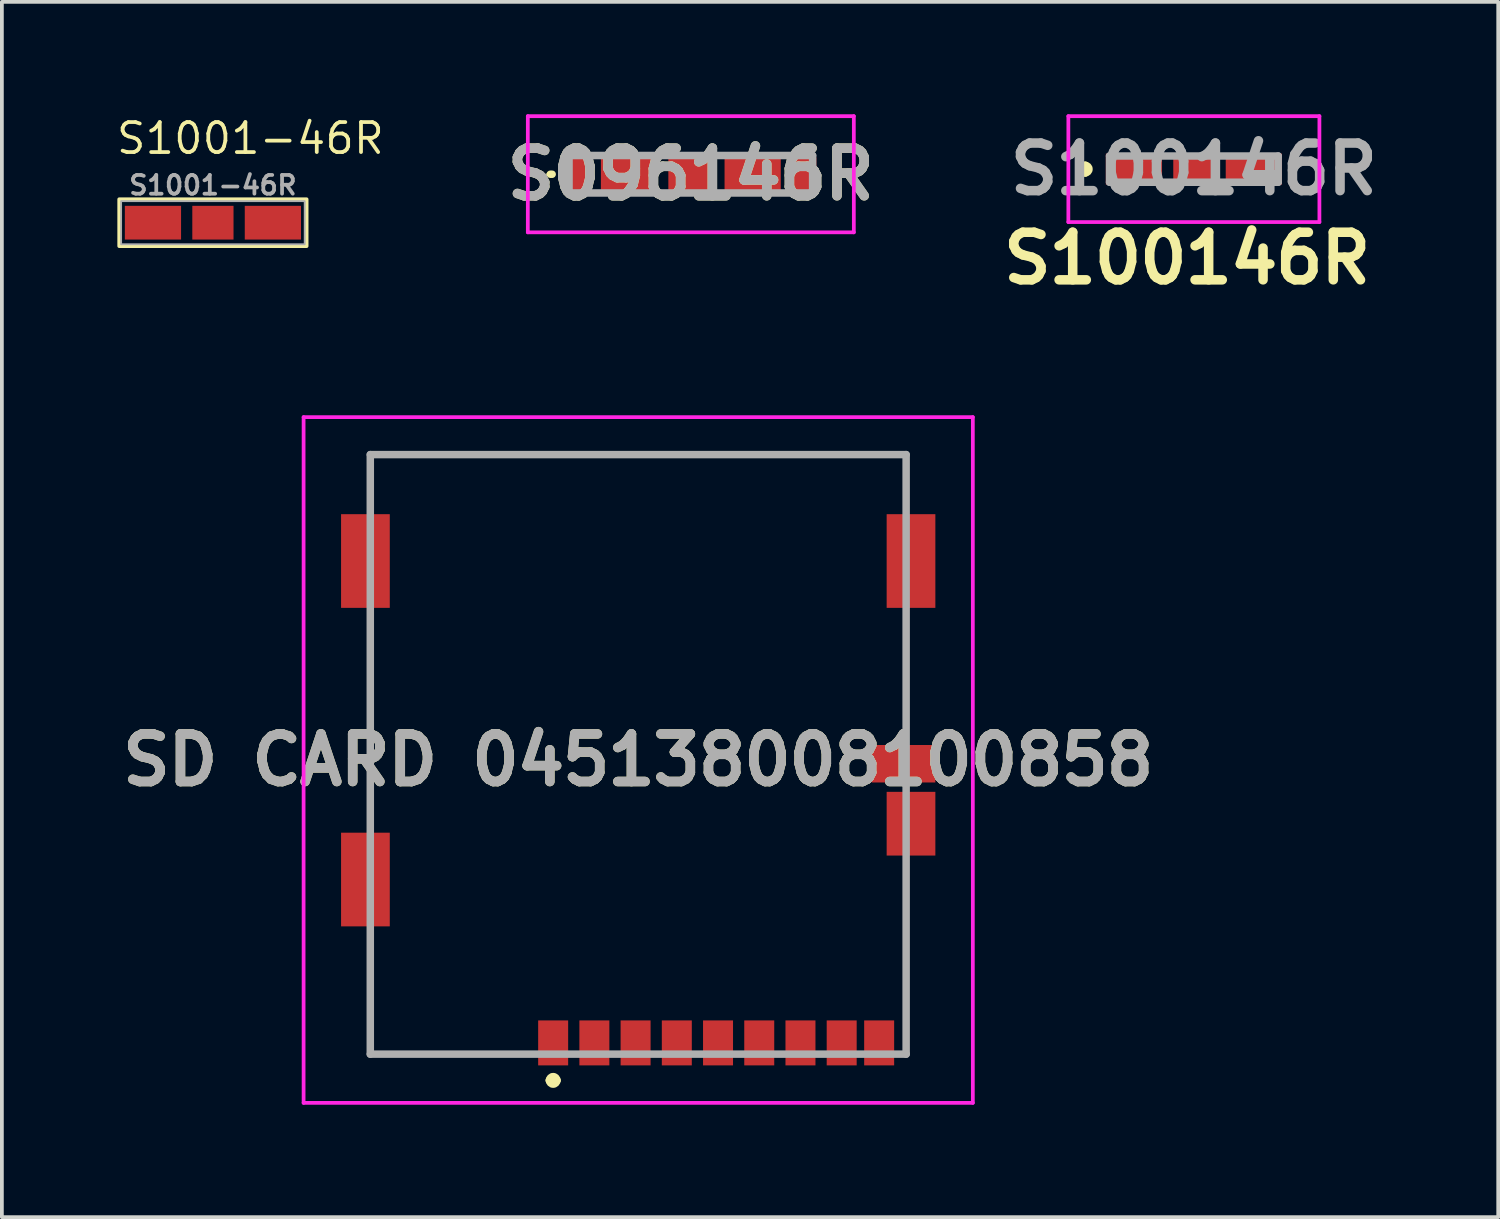
<source format=kicad_pcb>
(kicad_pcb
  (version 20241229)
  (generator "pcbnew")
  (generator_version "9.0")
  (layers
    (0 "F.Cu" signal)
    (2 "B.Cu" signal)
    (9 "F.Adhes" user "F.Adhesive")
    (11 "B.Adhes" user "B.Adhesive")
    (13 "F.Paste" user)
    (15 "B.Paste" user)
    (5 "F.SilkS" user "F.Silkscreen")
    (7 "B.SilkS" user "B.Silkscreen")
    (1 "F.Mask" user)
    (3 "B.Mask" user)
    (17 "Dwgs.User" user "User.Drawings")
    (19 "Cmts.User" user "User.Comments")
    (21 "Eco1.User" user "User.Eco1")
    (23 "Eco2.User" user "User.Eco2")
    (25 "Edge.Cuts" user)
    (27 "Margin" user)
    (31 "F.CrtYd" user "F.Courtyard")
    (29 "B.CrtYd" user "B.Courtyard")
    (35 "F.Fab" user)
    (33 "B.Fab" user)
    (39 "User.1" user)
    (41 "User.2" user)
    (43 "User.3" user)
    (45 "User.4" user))
  (footprint "S100146R"
    (layer "F.Cu")
    (at 28.811 1.463)
    (property "Reference" "S100146R" (at -0.18 2.38 0) (layer "F.SilkS") (effects (font (size 1.27 1.27) (thickness 0.254))))
    (attr smd)
    (fp_line (start -2.9 -0.1) (end -2.9 -0.1) (stroke (width 0.2) (type solid)) (layer "F.SilkS"))
    (fp_line (start -2.9 0.1) (end -2.9 0.1) (stroke (width 0.2) (type solid)) (layer "F.SilkS"))
    (fp_arc (start -2.9 -0.1) (mid -2.8 0) (end -2.9 0.1) (stroke (width 0.2) (type solid)) (layer "F.SilkS"))
    (fp_arc (start -2.9 0.1) (mid -3 0) (end -2.9 -0.1) (stroke (width 0.2) (type solid)) (layer "F.SilkS"))
    (fp_line (start -3.35 -1.413) (end 3.35 -1.413) (stroke (width 0.1) (type solid)) (layer "F.CrtYd"))
    (fp_line (start -3.35 1.413) (end -3.35 -1.413) (stroke (width 0.1) (type solid)) (layer "F.CrtYd"))
    (fp_line (start 3.35 -1.413) (end 3.35 1.413) (stroke (width 0.1) (type solid)) (layer "F.CrtYd"))
    (fp_line (start 3.35 1.413) (end -3.35 1.413) (stroke (width 0.1) (type solid)) (layer "F.CrtYd"))
    (fp_line (start -2.25 -0.35) (end 2.25 -0.35) (stroke (width 0.2) (type solid)) (layer "F.Fab"))
    (fp_line (start -2.25 0.35) (end -2.25 -0.35) (stroke (width 0.2) (type solid)) (layer "F.Fab"))
    (fp_line (start 2.25 -0.35) (end 2.25 0.35) (stroke (width 0.2) (type solid)) (layer "F.Fab"))
    (fp_line (start 2.25 0.35) (end -2.25 0.35) (stroke (width 0.2) (type solid)) (layer "F.Fab"))
    (fp_text user "${REFERENCE}" (at 0 0 0) (layer "F.Fab") (effects (font (size 1.27 1.27) (thickness 0.254))))
    (pad "1" smd rect (at -1.6 0 90) (size 0.825 1.5) (layers "F.Cu" "F.Mask" "F.Paste"))
    (pad "2" smd rect (at 0 0 90) (size 0.825 1.1) (layers "F.Cu" "F.Mask" "F.Paste"))
    (pad "3" smd rect (at 1.6 0 90) (size 0.825 1.5) (layers "F.Cu" "F.Mask" "F.Paste")))
  (footprint "S096146R"
    (layer "F.Cu")
    (at 15.386 1.6)
    (property "Reference" "S096146R" (at 0 0 0) (layer "F.SilkS") (effects (font (size 1.27 1.27) (thickness 0.254))))
    (attr smd)
    (fp_line (start -3.8 0) (end -3.8 0) (stroke (width 0.1) (type solid)) (layer "F.SilkS"))
    (fp_line (start -3.7 0) (end -3.7 0) (stroke (width 0.1) (type solid)) (layer "F.SilkS"))
    (fp_line (start -3.7 0) (end -3.7 0) (stroke (width 0.1) (type solid)) (layer "F.SilkS"))
    (fp_arc (start -3.8 0) (mid -3.75 -0.05) (end -3.7 0) (stroke (width 0.1) (type solid)) (layer "F.SilkS"))
    (fp_arc (start -3.7 0) (mid -3.75 0.05) (end -3.8 0) (stroke (width 0.1) (type solid)) (layer "F.SilkS"))
    (fp_arc (start -3.7 0) (mid -3.7 0) (end -3.7 0) (stroke (width 0.1) (type solid)) (layer "F.SilkS"))
    (fp_line (start -4.35 -1.55) (end 4.35 -1.55) (stroke (width 0.1) (type solid)) (layer "F.CrtYd"))
    (fp_line (start -4.35 1.55) (end -4.35 -1.55) (stroke (width 0.1) (type solid)) (layer "F.CrtYd"))
    (fp_line (start 4.35 -1.55) (end 4.35 1.55) (stroke (width 0.1) (type solid)) (layer "F.CrtYd"))
    (fp_line (start 4.35 1.55) (end -4.35 1.55) (stroke (width 0.1) (type solid)) (layer "F.CrtYd"))
    (fp_line (start -3.25 -0.5) (end 3.25 -0.5) (stroke (width 0.2) (type solid)) (layer "F.Fab"))
    (fp_line (start -3.25 0.5) (end -3.25 -0.5) (stroke (width 0.2) (type solid)) (layer "F.Fab"))
    (fp_line (start 3.25 -0.5) (end 3.25 0.5) (stroke (width 0.2) (type solid)) (layer "F.Fab"))
    (fp_line (start 3.25 0.5) (end -3.25 0.5) (stroke (width 0.2) (type solid)) (layer "F.Fab"))
    (fp_text user "${REFERENCE}" (at 0 0 0) (layer "F.Fab") (effects (font (size 1.27 1.27) (thickness 0.254))))
    (pad "1" smd rect (at -3.05 0) (size 0.6 0.9) (layers "F.Cu" "F.Mask" "F.Paste"))
    (pad "2" smd rect (at -1.65 0 90) (size 0.9 1.5) (layers "F.Cu" "F.Mask" "F.Paste"))
    (pad "3" smd rect (at 0 0 90) (size 1.1 1.2) (layers "F.Cu" "F.Mask" "F.Paste"))
    (pad "4" smd rect (at 1.65 0 90) (size 0.9 1.5) (layers "F.Cu" "F.Mask" "F.Paste"))
    (pad "5" smd rect (at 3.05 0) (size 0.6 0.9) (layers "F.Cu" "F.Mask" "F.Paste")))
  (footprint "S1001-46R"
    (layer "F.Cu")
    (at 2.632 2.893)
    (property "Reference" "S1001-46R" (at 1 -2.25 0) (unlocked yes) (layer "F.SilkS") (effects (font (size 0.8 0.8) (thickness 0.1))))
    (attr smd)
    (fp_rect (start -2.5 -0.625) (end 2.5 0.625) (stroke (width 0.1) (type solid)) (fill no) (layer "F.SilkS"))
    (fp_rect (start -2.45 -0.575) (end 2.45 0.575) (stroke (width 0.05) (type solid)) (fill no) (layer "F.Fab"))
    (fp_text user "${REFERENCE}" (at 0 -1 0) (unlocked yes) (layer "F.Fab") (effects (font (size 0.5 0.5) (thickness 0.1))))
    (pad "1" smd rect (at -1.6 0) (size 1.5 0.9) (layers "F.Cu" "F.Mask" "F.Paste"))
    (pad "1" smd rect (at 0 0) (size 1.1 0.9) (layers "F.Cu" "F.Mask" "F.Paste"))
    (pad "1" smd rect (at 1.6 0) (size 1.5 0.9) (layers "F.Cu" "F.Mask" "F.Paste")))
  (footprint "SD CARD 045138008100858"
    (layer "F.Cu")
    (at 13.982 17.232)
    (property "Reference" "SD CARD 045138008100858" (at 0 0 0) (layer "F.SilkS") (effects (font (size 1.27 1.27) (thickness 0.254))))
    (attr smd)
    (fp_line (start -7.15 -8.15) (end 7.15 -8.15) (stroke (width 0.1) (type solid)) (layer "F.SilkS"))
    (fp_line (start -7.15 -7.15) (end -7.15 -8.15) (stroke (width 0.1) (type solid)) (layer "F.SilkS"))
    (fp_line (start -7.15 7.85) (end -7.15 4.85) (stroke (width 0.1) (type solid)) (layer "F.SilkS"))
    (fp_line (start -2.97 7.85) (end -7.15 7.85) (stroke (width 0.1) (type solid)) (layer "F.SilkS"))
    (fp_line (start -2.37 8.55) (end -2.37 8.55) (stroke (width 0.2) (type solid)) (layer "F.SilkS"))
    (fp_line (start -2.17 8.55) (end -2.17 8.55) (stroke (width 0.2) (type solid)) (layer "F.SilkS"))
    (fp_line (start 7.15 -8.15) (end 7.15 -7.15) (stroke (width 0.1) (type solid)) (layer "F.SilkS"))
    (fp_line (start 7.15 6.35) (end 7.15 2.85) (stroke (width 0.1) (type solid)) (layer "F.SilkS"))
    (fp_line (start 7.15 6.35) (end 7.15 7.85) (stroke (width 0.1) (type solid)) (layer "F.SilkS"))
    (fp_arc (start -2.37 8.55) (mid -2.27 8.45) (end -2.17 8.55) (stroke (width 0.2) (type solid)) (layer "F.SilkS"))
    (fp_arc (start -2.17 8.55) (mid -2.27 8.65) (end -2.37 8.55) (stroke (width 0.2) (type solid)) (layer "F.SilkS"))
    (fp_line (start -8.93 -9.15) (end 8.93 -9.15) (stroke (width 0.1) (type solid)) (layer "F.CrtYd"))
    (fp_line (start -8.93 9.15) (end -8.93 -9.15) (stroke (width 0.1) (type solid)) (layer "F.CrtYd"))
    (fp_line (start 8.93 -9.15) (end 8.93 9.15) (stroke (width 0.1) (type solid)) (layer "F.CrtYd"))
    (fp_line (start 8.93 9.15) (end -8.93 9.15) (stroke (width 0.1) (type solid)) (layer "F.CrtYd"))
    (fp_line (start -7.15 -8.15) (end 7.15 -8.15) (stroke (width 0.2) (type solid)) (layer "F.Fab"))
    (fp_line (start -7.15 7.85) (end -7.15 -8.15) (stroke (width 0.2) (type solid)) (layer "F.Fab"))
    (fp_line (start 7.15 -8.15) (end 7.15 7.85) (stroke (width 0.2) (type solid)) (layer "F.Fab"))
    (fp_line (start 7.15 7.85) (end -7.15 7.85) (stroke (width 0.2) (type solid)) (layer "F.Fab"))
    (fp_text user "${REFERENCE}" (at 0 0 0) (layer "F.Fab") (effects (font (size 1.27 1.27) (thickness 0.254))))
    (pad "1" smd rect (at -2.27 7.55) (size 0.8 1.2) (layers "F.Cu" "F.Mask" "F.Paste"))
    (pad "2" smd rect (at -1.17 7.55) (size 0.8 1.2) (layers "F.Cu" "F.Mask" "F.Paste"))
    (pad "3" smd rect (at -0.07 7.55) (size 0.8 1.2) (layers "F.Cu" "F.Mask" "F.Paste"))
    (pad "4" smd rect (at 1.03 7.55) (size 0.8 1.2) (layers "F.Cu" "F.Mask" "F.Paste"))
    (pad "5" smd rect (at 2.13 7.55) (size 0.8 1.2) (layers "F.Cu" "F.Mask" "F.Paste"))
    (pad "6" smd rect (at 3.23 7.55) (size 0.8 1.2) (layers "F.Cu" "F.Mask" "F.Paste"))
    (pad "7" smd rect (at 4.33 7.55) (size 0.8 1.2) (layers "F.Cu" "F.Mask" "F.Paste"))
    (pad "8" smd rect (at 5.43 7.55) (size 0.8 1.2) (layers "F.Cu" "F.Mask" "F.Paste"))
    (pad "9" smd rect (at 6.43 7.55) (size 0.8 1.2) (layers "F.Cu" "F.Mask" "F.Paste"))
    (pad "10" smd rect (at -7.28 3.19) (size 1.3 2.5) (layers "F.Cu" "F.Mask" "F.Paste"))
    (pad "11" smd rect (at -7.28 -5.31) (size 1.3 2.5) (layers "F.Cu" "F.Mask" "F.Paste"))
    (pad "12" smd rect (at 7.28 -5.31) (size 1.3 2.5) (layers "F.Cu" "F.Mask" "F.Paste"))
    (pad "13" smd rect (at 7.28 1.7) (size 1.3 1.7) (layers "F.Cu" "F.Mask" "F.Paste"))
    (pad "CD1" smd rect (at 7.08 0.1 90) (size 1 1.7) (layers "F.Cu" "F.Mask" "F.Paste")))
  (gr_rect
    (start -3 -3)
    (end 36.933 29.432)
    (stroke (width 0.1) (type default))
    (fill no)
    (layer "Edge.Cuts")))
</source>
